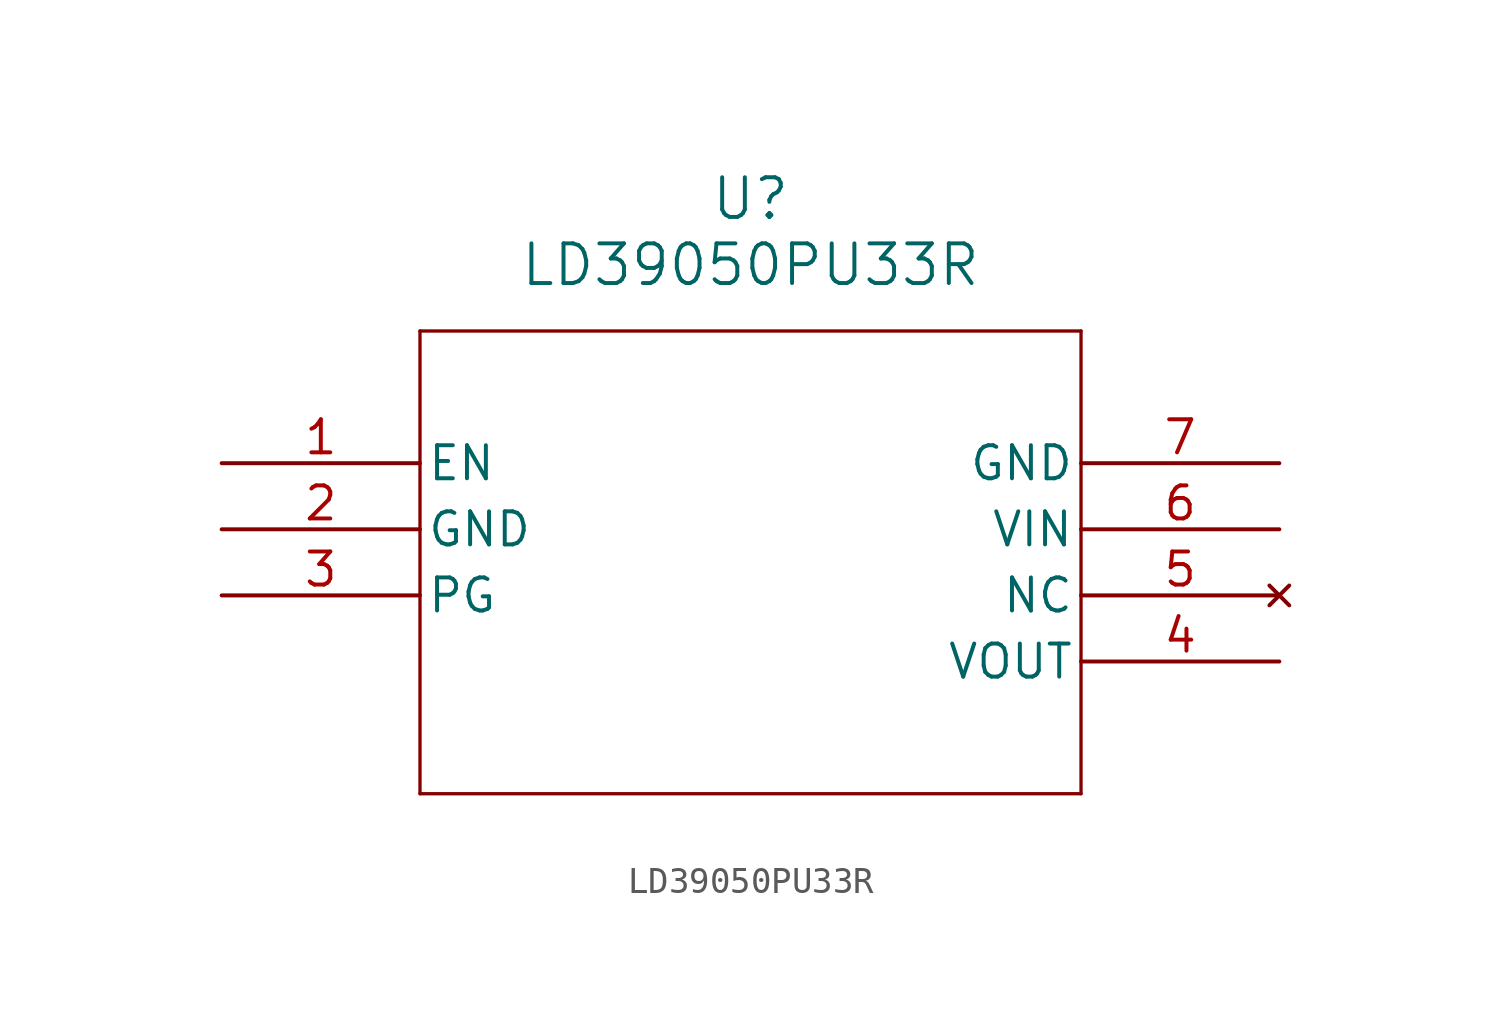
<source format=kicad_sym>
(kicad_symbol_lib
  (version 20220914)
  (generator kicad_symbol_editor)
  (symbol "LD39050PU33R"
    (pin_names
      (offset 0.254))
    (property "Reference" "U"
      (at 20.32 10.16 0)
      (effects (font (size 1.524 1.524))))
    (property "Value" "LD39050PU33R"
      (at 20.32 7.62 0)
      (effects (font (size 1.524 1.524))))
    (property "ki_locked" ""
      (at 0 0 0)
      (effects (font (size 1.27 1.27))))
    (symbol "LD39050PU33R_1_1"
      (polyline (pts (xy 7.62 -12.7) (xy 33.02 -12.7)) (stroke (width 0.127) (type default)) (fill (type none)))
      (polyline (pts (xy 7.62 5.08) (xy 7.62 -12.7)) (stroke (width 0.127) (type default)) (fill (type none)))
      (polyline (pts (xy 33.02 -12.7) (xy 33.02 5.08)) (stroke (width 0.127) (type default)) (fill (type none)))
      (polyline (pts (xy 33.02 5.08) (xy 7.62 5.08)) (stroke (width 0.127) (type default)) (fill (type none)))
      (pin input line (at 0 0 0) (length 7.62) (name "EN" (effects (font (size 1.27 1.27)))) (number "1" (effects (font (size 1.27 1.27)))))
      (pin power_in line (at 0 -2.54 0) (length 7.62) (name "GND" (effects (font (size 1.27 1.27)))) (number "2" (effects (font (size 1.27 1.27)))))
      (pin power_in line (at 0 -5.08 0) (length 7.62) (name "PG" (effects (font (size 1.27 1.27)))) (number "3" (effects (font (size 1.27 1.27)))))
      (pin output line (at 40.64 -7.62 180) (length 7.62) (name "VOUT" (effects (font (size 1.27 1.27)))) (number "4" (effects (font (size 1.27 1.27)))))
      (pin no_connect line (at 40.64 -5.08 180) (length 7.62) (name "NC" (effects (font (size 1.27 1.27)))) (number "5" (effects (font (size 1.27 1.27)))))
      (pin input line (at 40.64 -2.54 180) (length 7.62) (name "VIN" (effects (font (size 1.27 1.27)))) (number "6" (effects (font (size 1.27 1.27)))))
      (pin power_in line (at 40.64 0 180) (length 7.62) (name "GND" (effects (font (size 1.27 1.27)))) (number "7" (effects (font (size 1.27 1.27))))))))
</source>
